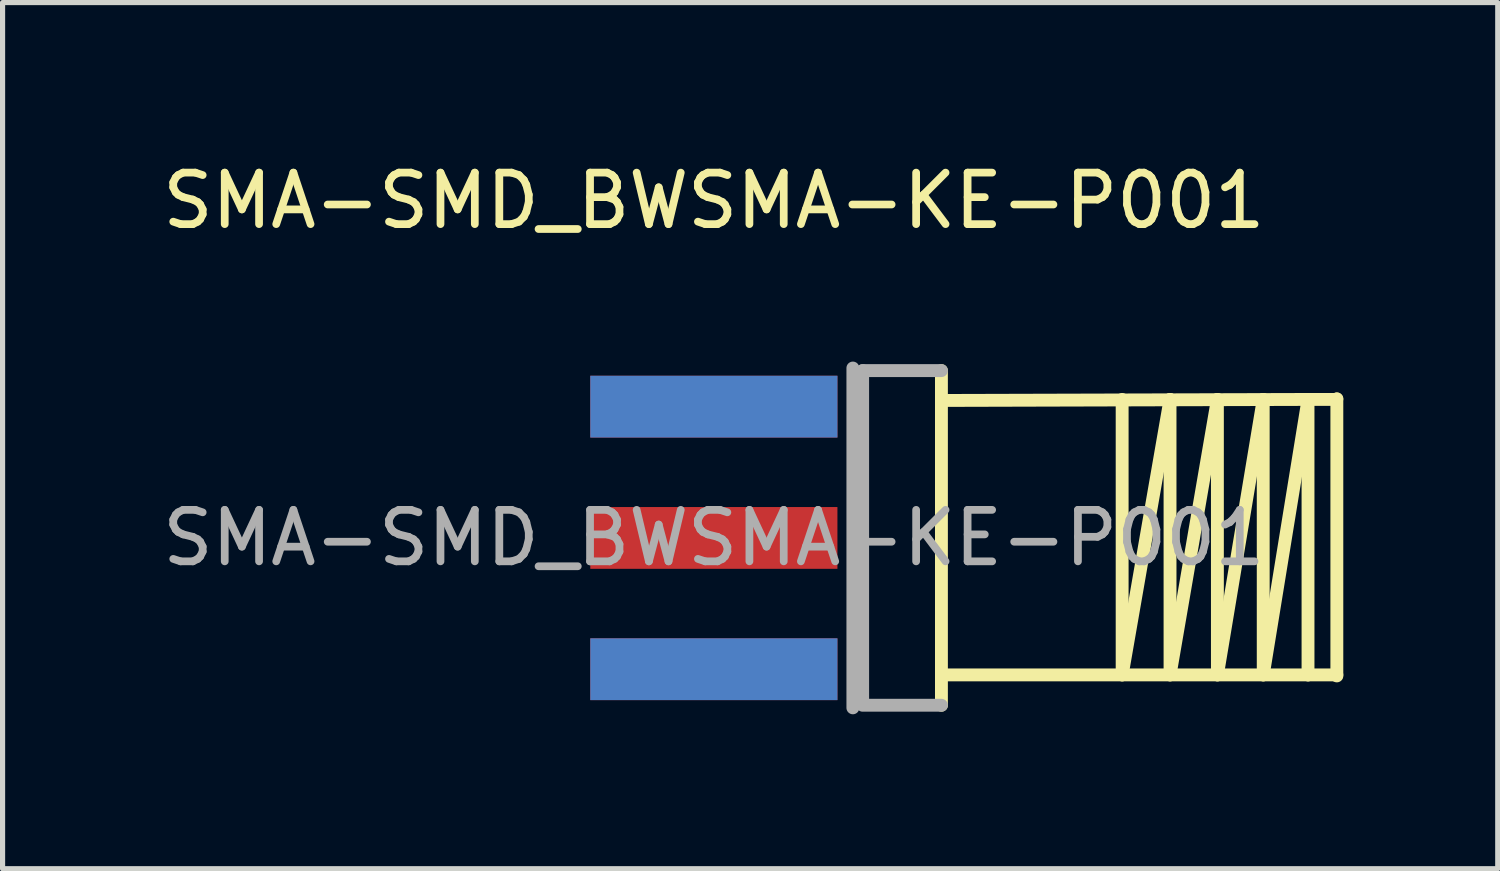
<source format=kicad_pcb>
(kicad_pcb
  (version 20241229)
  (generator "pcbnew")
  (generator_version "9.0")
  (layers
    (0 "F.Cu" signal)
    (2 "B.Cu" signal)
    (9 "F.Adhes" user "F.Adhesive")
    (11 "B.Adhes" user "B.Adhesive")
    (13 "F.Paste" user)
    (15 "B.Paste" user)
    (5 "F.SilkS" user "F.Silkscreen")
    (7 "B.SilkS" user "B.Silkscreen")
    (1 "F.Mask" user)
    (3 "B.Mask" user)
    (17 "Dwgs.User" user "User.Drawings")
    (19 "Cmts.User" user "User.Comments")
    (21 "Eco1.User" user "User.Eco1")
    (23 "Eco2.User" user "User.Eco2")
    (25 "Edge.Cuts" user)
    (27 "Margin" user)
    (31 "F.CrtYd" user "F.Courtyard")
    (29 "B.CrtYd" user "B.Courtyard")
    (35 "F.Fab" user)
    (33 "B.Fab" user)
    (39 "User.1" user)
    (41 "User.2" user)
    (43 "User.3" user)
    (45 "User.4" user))
  (footprint "SMA-SMD_BWSMA-KE-P001"
    (layer "F.Cu")
    (at 10.815 7.398)
    (property "Reference" "SMA-SMD_BWSMA-KE-P001" (at 0 -6.55 0) (layer "F.SilkS") (effects (font (size 1 1) (thickness 0.15))))
    (attr smd)
    (fp_line (start 4.42 -3.25) (end 4.42 3.25) (stroke (width 0.25) (type solid)) (layer "F.SilkS"))
    (fp_line (start 7.93 -2.69) (end 7.93 2.66) (stroke (width 0.25) (type solid)) (layer "F.SilkS"))
    (fp_line (start 7.93 2.66) (end 8.86 -2.69) (stroke (width 0.25) (type solid)) (layer "F.SilkS"))
    (fp_line (start 8.86 -2.69) (end 8.86 2.66) (stroke (width 0.25) (type solid)) (layer "F.SilkS"))
    (fp_line (start 8.86 2.66) (end 9.78 -2.69) (stroke (width 0.25) (type solid)) (layer "F.SilkS"))
    (fp_line (start 9.78 -2.69) (end 9.78 2.66) (stroke (width 0.25) (type solid)) (layer "F.SilkS"))
    (fp_line (start 9.78 2.66) (end 10.67 -2.69) (stroke (width 0.25) (type solid)) (layer "F.SilkS"))
    (fp_line (start 10.67 -2.69) (end 10.67 2.66) (stroke (width 0.25) (type solid)) (layer "F.SilkS"))
    (fp_line (start 10.67 2.66) (end 11.54 -2.69) (stroke (width 0.25) (type solid)) (layer "F.SilkS"))
    (fp_line (start 11.54 -2.69) (end 4.42 -2.67) (stroke (width 0.25) (type solid)) (layer "F.SilkS"))
    (fp_line (start 11.54 -2.69) (end 11.54 2.66) (stroke (width 0.25) (type solid)) (layer "F.SilkS"))
    (fp_line (start 11.54 -2.69) (end 12.09 -2.69) (stroke (width 0.25) (type solid)) (layer "F.SilkS"))
    (fp_line (start 11.54 2.66) (end 4.42 2.66) (stroke (width 0.25) (type solid)) (layer "F.SilkS"))
    (fp_line (start 11.54 2.66) (end 12.1 2.66) (stroke (width 0.25) (type solid)) (layer "F.SilkS"))
    (fp_line (start 12.09 -2.69) (end 12.1 -2.7) (stroke (width 0.25) (type solid)) (layer "F.SilkS"))
    (fp_line (start 12.1 -2.7) (end 12.1 2.68) (stroke (width 0.25) (type solid)) (layer "F.SilkS"))
    (fp_line (start 2.7 -3.3) (end 2.7 3.3) (stroke (width 0.25) (type solid)) (layer "F.Fab"))
    (fp_line (start 2.89 -3.25) (end 2.89 3.17) (stroke (width 0.25) (type solid)) (layer "F.Fab"))
    (fp_line (start 4.42 -3.25) (end 2.89 -3.25) (stroke (width 0.25) (type solid)) (layer "F.Fab"))
    (fp_line (start 4.42 3.25) (end 2.89 3.25) (stroke (width 0.25) (type solid)) (layer "F.Fab"))
    (fp_circle (center 4.42 3.25) (end 4.45 3.25) (stroke (width 0.06) (type solid)) (fill no) (layer "F.Fab"))
    (fp_text user "${REFERENCE}" (at 0 0 0) (layer "F.Fab") (effects (font (size 1 1) (thickness 0.15))))
    (pad "1" smd rect (at 0 0) (size 4.8 1.2) (layers "F.Cu" "F.Mask" "F.Paste"))
    (pad "2" smd rect (at 0 -2.55) (size 4.8 1.2) (layers "F.Cu" "F.Mask" "F.Paste"))
    (pad "2" smd rect (at 0 -2.55) (size 4.8 1.2) (layers "B.Cu" "B.Mask" "B.Paste"))
    (pad "2" smd rect (at 0 2.55) (size 4.8 1.2) (layers "F.Cu" "F.Mask" "F.Paste"))
    (pad "2" smd rect (at 0 2.55) (size 4.8 1.2) (layers "B.Cu" "B.Mask" "B.Paste")))
  (gr_rect
    (start -3 -3)
    (end 26.04 13.823)
    (stroke (width 0.1) (type default))
    (fill no)
    (layer "Edge.Cuts")))
</source>
